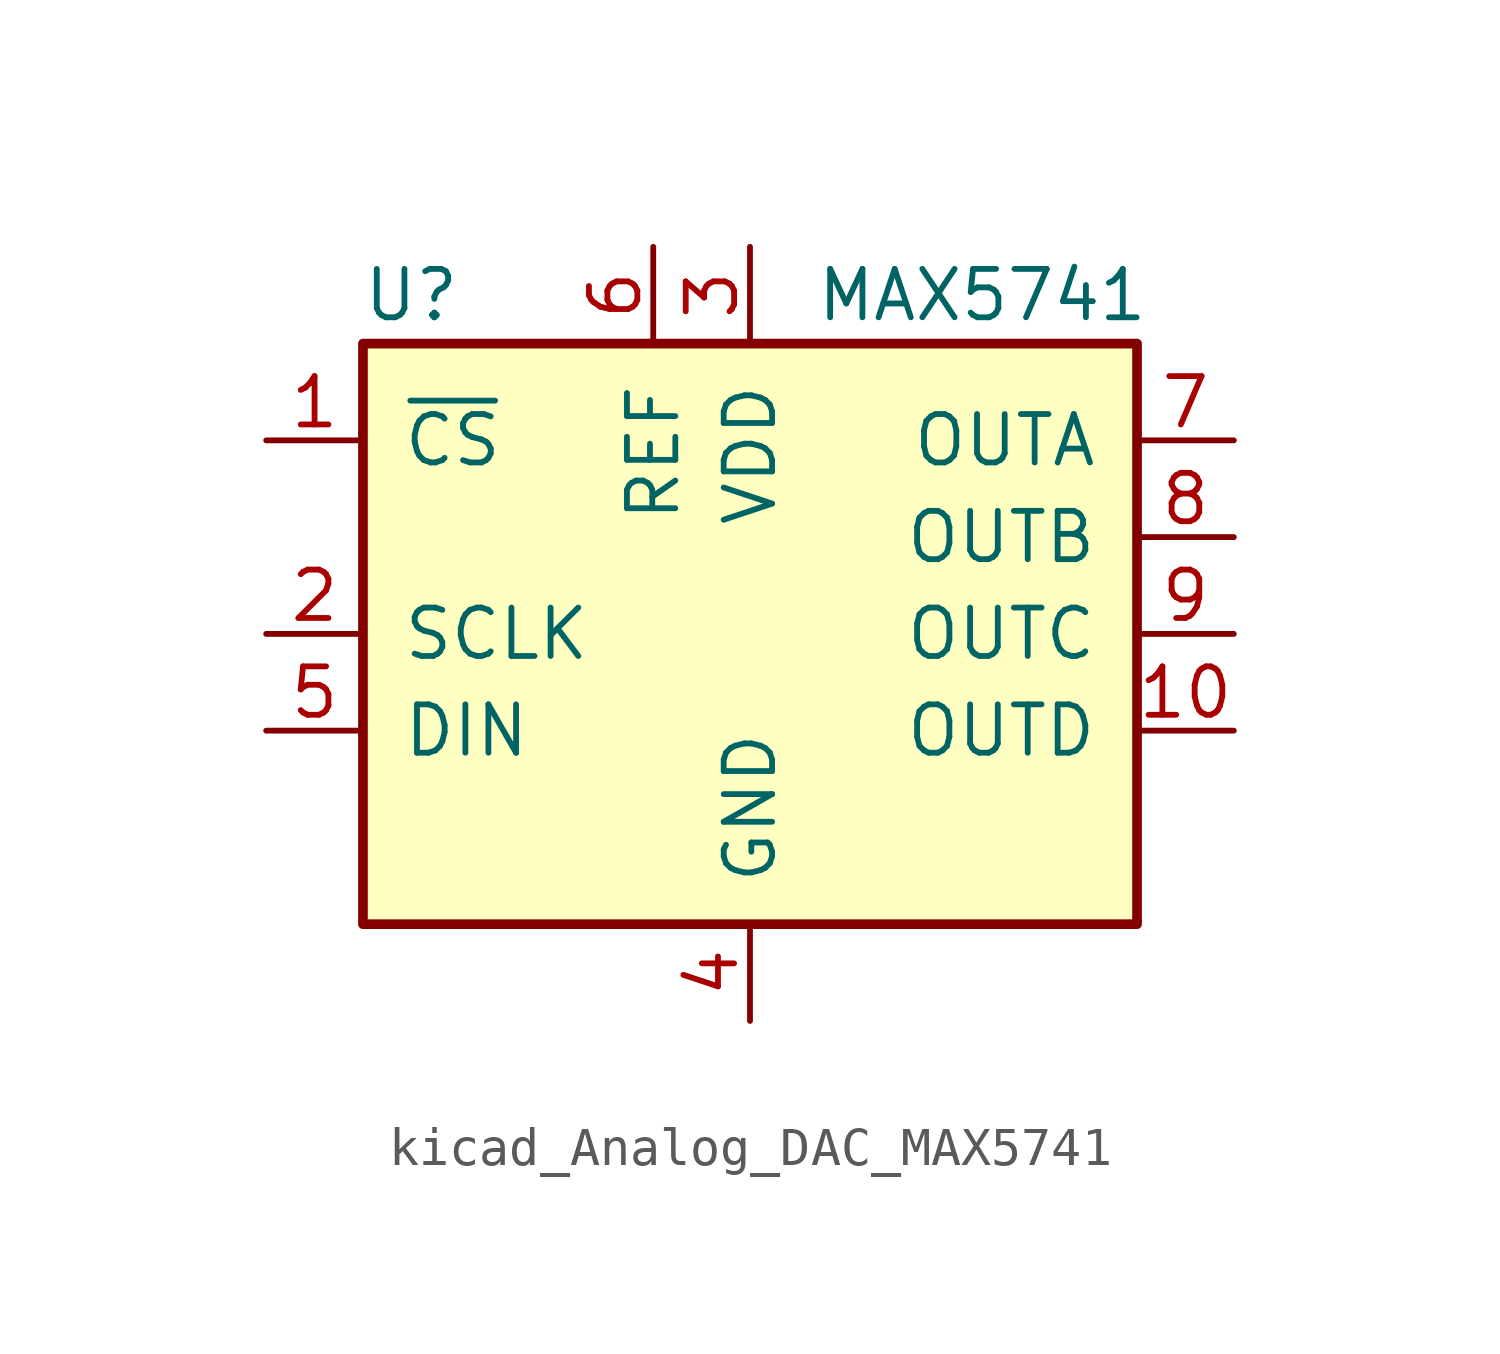
<source format=kicad_sym>
(kicad_symbol_lib
  (version 20220914)
  (generator kicad_symbol_editor)
  (symbol "kicad_Analog_DAC_MAX5741"
    (pin_names
      (offset 1.016))
    (property "Reference" "U"
      (at -8.89 8.89 0)
      (effects (font (size 1.27 1.27))))
    (property "Value" "MAX5741"
      (at 6.096 8.89 0)
      (effects (font (size 1.27 1.27))))
    (symbol "kicad_Analog_DAC_MAX5741_1_1"
      (rectangle (start -10.16 7.62) (end 10.16 -7.62) (stroke (width 0.254) (type default)) (fill (type background)))
      (pin input line (at -12.7 5.08 0) (length 2.54) (name "~{CS}" (effects (font (size 1.27 1.27)))) (number "1" (effects (font (size 1.27 1.27)))))
      (pin output line (at 12.7 -2.54 180) (length 2.54) (name "OUTD" (effects (font (size 1.27 1.27)))) (number "10" (effects (font (size 1.27 1.27)))))
      (pin input line (at -12.7 0 0) (length 2.54) (name "SCLK" (effects (font (size 1.27 1.27)))) (number "2" (effects (font (size 1.27 1.27)))))
      (pin power_in line (at 0 10.16 270) (length 2.54) (name "VDD" (effects (font (size 1.27 1.27)))) (number "3" (effects (font (size 1.27 1.27)))))
      (pin power_in line (at 0 -10.16 90) (length 2.54) (name "GND" (effects (font (size 1.27 1.27)))) (number "4" (effects (font (size 1.27 1.27)))))
      (pin input line (at -12.7 -2.54 0) (length 2.54) (name "DIN" (effects (font (size 1.27 1.27)))) (number "5" (effects (font (size 1.27 1.27)))))
      (pin power_in line (at -2.54 10.16 270) (length 2.54) (name "REF" (effects (font (size 1.27 1.27)))) (number "6" (effects (font (size 1.27 1.27)))))
      (pin output line (at 12.7 5.08 180) (length 2.54) (name "OUTA" (effects (font (size 1.27 1.27)))) (number "7" (effects (font (size 1.27 1.27)))))
      (pin output line (at 12.7 2.54 180) (length 2.54) (name "OUTB" (effects (font (size 1.27 1.27)))) (number "8" (effects (font (size 1.27 1.27)))))
      (pin output line (at 12.7 0 180) (length 2.54) (name "OUTC" (effects (font (size 1.27 1.27)))) (number "9" (effects (font (size 1.27 1.27))))))))
</source>
